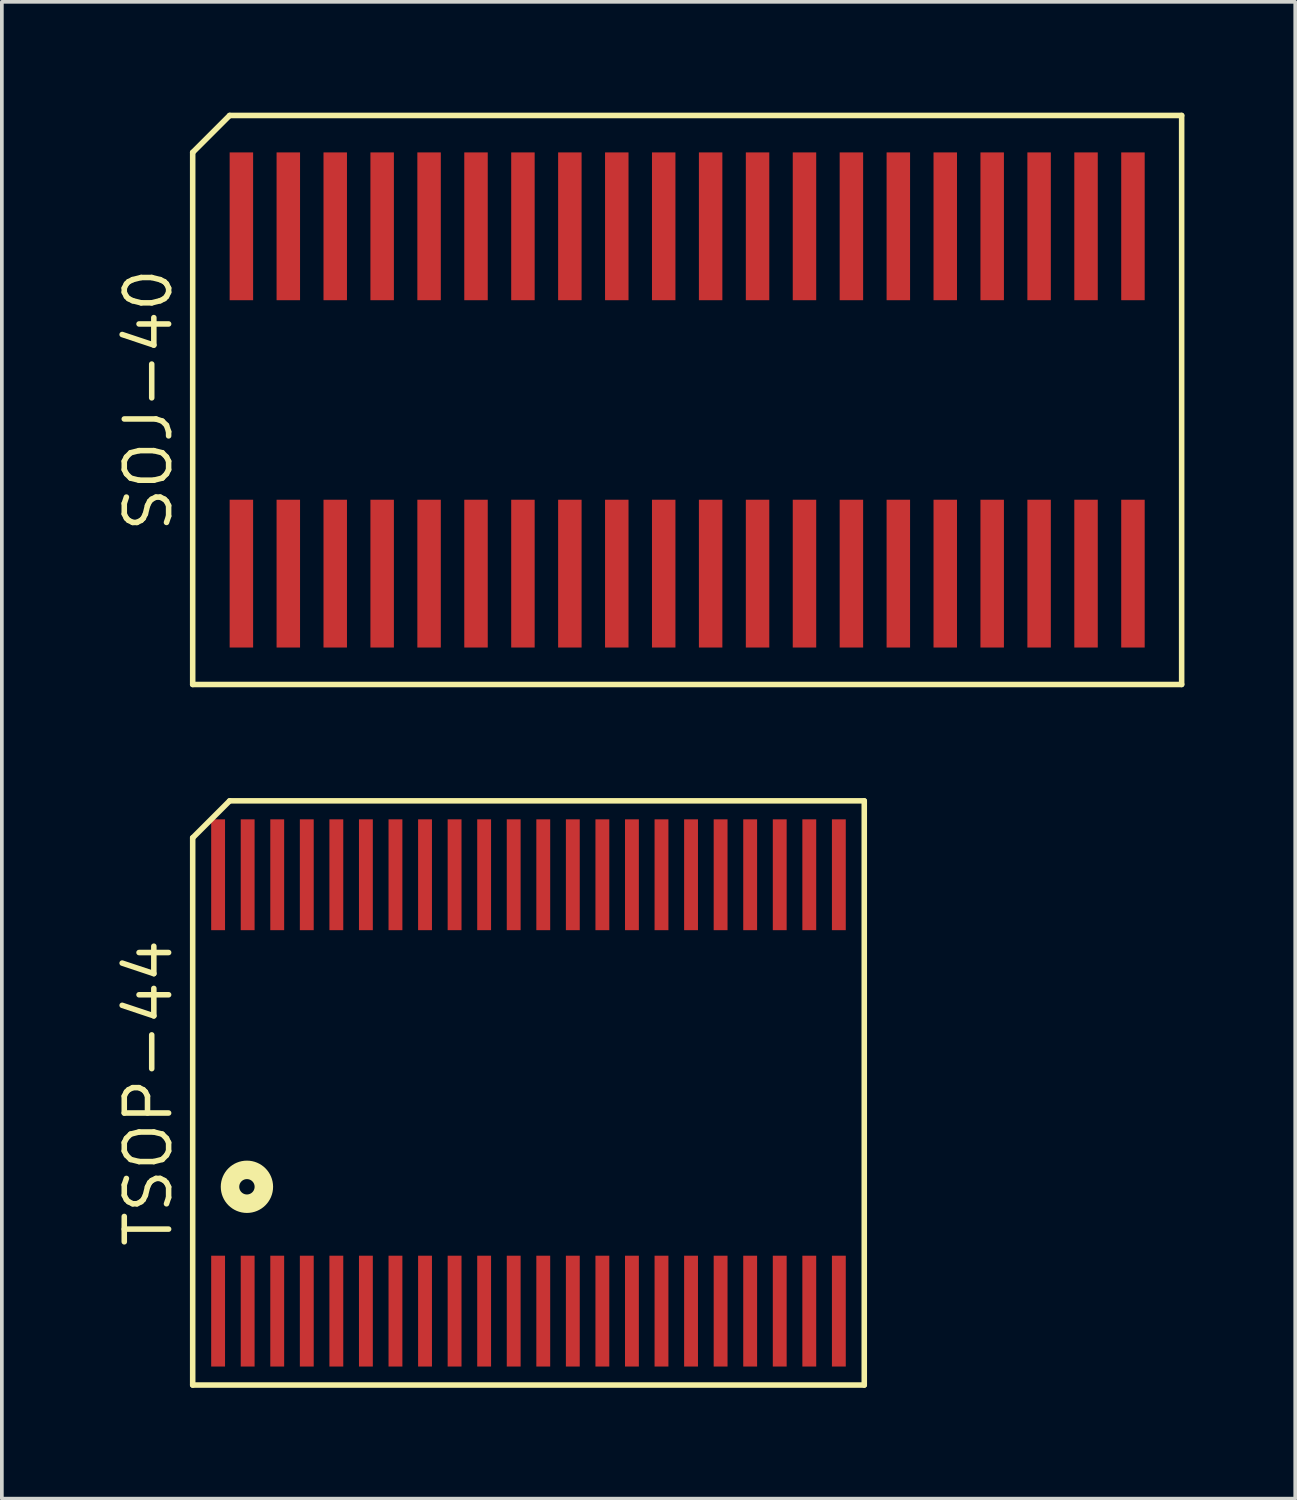
<source format=kicad_pcb>
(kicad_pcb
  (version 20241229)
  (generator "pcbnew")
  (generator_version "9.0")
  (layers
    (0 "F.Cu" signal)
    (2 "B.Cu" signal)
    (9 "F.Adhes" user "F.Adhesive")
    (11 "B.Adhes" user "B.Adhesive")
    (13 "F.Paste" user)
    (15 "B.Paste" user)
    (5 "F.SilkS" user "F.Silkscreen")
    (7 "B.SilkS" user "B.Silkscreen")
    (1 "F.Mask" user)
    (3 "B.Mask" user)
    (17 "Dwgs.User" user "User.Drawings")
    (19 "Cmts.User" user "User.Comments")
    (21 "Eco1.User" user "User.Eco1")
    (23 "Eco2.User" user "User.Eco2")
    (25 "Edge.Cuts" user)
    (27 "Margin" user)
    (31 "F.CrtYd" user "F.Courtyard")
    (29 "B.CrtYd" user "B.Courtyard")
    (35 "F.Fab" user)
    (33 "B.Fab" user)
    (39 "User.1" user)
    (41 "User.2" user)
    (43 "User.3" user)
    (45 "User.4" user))
  (footprint "TSOP-44"
    (layer "F.Cu")
    (at 11.253 26.53)
    (property "Reference" "TSOP-44" (at -10.287 0 90) (layer "F.SilkS") (effects (font (size 1.2 1.2) (thickness 0.15))))
    (attr through_hole)
    (fp_line (start -9.088 -6.905) (end -9.088 7.905) (stroke (width 0.15) (type solid)) (layer "F.SilkS"))
    (fp_line (start -9.088 7.905) (end 9.088 7.905) (stroke (width 0.15) (type solid)) (layer "F.SilkS"))
    (fp_line (start -8.088 -7.905) (end -9.088 -6.905) (stroke (width 0.15) (type solid)) (layer "F.SilkS"))
    (fp_line (start 9.088 -7.905) (end -8.088 -7.905) (stroke (width 0.15) (type solid)) (layer "F.SilkS"))
    (fp_line (start 9.088 7.905) (end 9.088 -7.905) (stroke (width 0.15) (type solid)) (layer "F.SilkS"))
    (fp_circle (center -7.62 2.54) (end -7.239 2.286) (stroke (width 0.5) (type solid)) (fill no) (layer "F.SilkS"))
    (pad "1" smd rect (at -8.4 5.905) (size 0.375 3) (layers "F.Cu" "F.Mask" "F.Paste"))
    (pad "2" smd rect (at -7.6 5.905) (size 0.375 3) (layers "F.Cu" "F.Mask" "F.Paste"))
    (pad "3" smd rect (at -6.8 5.905) (size 0.375 3) (layers "F.Cu" "F.Mask" "F.Paste"))
    (pad "4" smd rect (at -6 5.905) (size 0.375 3) (layers "F.Cu" "F.Mask" "F.Paste"))
    (pad "5" smd rect (at -5.2 5.905) (size 0.375 3) (layers "F.Cu" "F.Mask" "F.Paste"))
    (pad "6" smd rect (at -4.4 5.905) (size 0.375 3) (layers "F.Cu" "F.Mask" "F.Paste"))
    (pad "7" smd rect (at -3.6 5.905) (size 0.375 3) (layers "F.Cu" "F.Mask" "F.Paste"))
    (pad "8" smd rect (at -2.8 5.905) (size 0.375 3) (layers "F.Cu" "F.Mask" "F.Paste"))
    (pad "9" smd rect (at -2 5.905) (size 0.375 3) (layers "F.Cu" "F.Mask" "F.Paste"))
    (pad "10" smd rect (at -1.2 5.905) (size 0.375 3) (layers "F.Cu" "F.Mask" "F.Paste"))
    (pad "11" smd rect (at -0.4 5.905) (size 0.375 3) (layers "F.Cu" "F.Mask" "F.Paste"))
    (pad "12" smd rect (at 0.4 5.905) (size 0.375 3) (layers "F.Cu" "F.Mask" "F.Paste"))
    (pad "13" smd rect (at 1.2 5.905) (size 0.375 3) (layers "F.Cu" "F.Mask" "F.Paste"))
    (pad "14" smd rect (at 2 5.905) (size 0.375 3) (layers "F.Cu" "F.Mask" "F.Paste"))
    (pad "15" smd rect (at 2.8 5.905) (size 0.375 3) (layers "F.Cu" "F.Mask" "F.Paste"))
    (pad "16" smd rect (at 3.6 5.905) (size 0.375 3) (layers "F.Cu" "F.Mask" "F.Paste"))
    (pad "17" smd rect (at 4.4 5.905) (size 0.375 3) (layers "F.Cu" "F.Mask" "F.Paste"))
    (pad "18" smd rect (at 5.2 5.905) (size 0.375 3) (layers "F.Cu" "F.Mask" "F.Paste"))
    (pad "19" smd rect (at 6 5.905) (size 0.375 3) (layers "F.Cu" "F.Mask" "F.Paste"))
    (pad "20" smd rect (at 6.8 5.905) (size 0.375 3) (layers "F.Cu" "F.Mask" "F.Paste"))
    (pad "21" smd rect (at 7.6 5.905) (size 0.375 3) (layers "F.Cu" "F.Mask" "F.Paste"))
    (pad "22" smd rect (at 8.4 5.905) (size 0.375 3) (layers "F.Cu" "F.Mask" "F.Paste"))
    (pad "23" smd rect (at 8.4 -5.905) (size 0.375 3) (layers "F.Cu" "F.Mask" "F.Paste"))
    (pad "24" smd rect (at 7.6 -5.905) (size 0.375 3) (layers "F.Cu" "F.Mask" "F.Paste"))
    (pad "25" smd rect (at 6.8 -5.905) (size 0.375 3) (layers "F.Cu" "F.Mask" "F.Paste"))
    (pad "26" smd rect (at 6 -5.905) (size 0.375 3) (layers "F.Cu" "F.Mask" "F.Paste"))
    (pad "27" smd rect (at 5.2 -5.905) (size 0.375 3) (layers "F.Cu" "F.Mask" "F.Paste"))
    (pad "28" smd rect (at 4.4 -5.905) (size 0.375 3) (layers "F.Cu" "F.Mask" "F.Paste"))
    (pad "29" smd rect (at 3.6 -5.905) (size 0.375 3) (layers "F.Cu" "F.Mask" "F.Paste"))
    (pad "30" smd rect (at 2.8 -5.905) (size 0.375 3) (layers "F.Cu" "F.Mask" "F.Paste"))
    (pad "31" smd rect (at 2 -5.905) (size 0.375 3) (layers "F.Cu" "F.Mask" "F.Paste"))
    (pad "32" smd rect (at 1.2 -5.905) (size 0.375 3) (layers "F.Cu" "F.Mask" "F.Paste"))
    (pad "33" smd rect (at 0.4 -5.905) (size 0.375 3) (layers "F.Cu" "F.Mask" "F.Paste"))
    (pad "34" smd rect (at -0.4 -5.905) (size 0.375 3) (layers "F.Cu" "F.Mask" "F.Paste"))
    (pad "35" smd rect (at -1.2 -5.905) (size 0.375 3) (layers "F.Cu" "F.Mask" "F.Paste"))
    (pad "36" smd rect (at -2 -5.905) (size 0.375 3) (layers "F.Cu" "F.Mask" "F.Paste"))
    (pad "37" smd rect (at -2.8 -5.905) (size 0.375 3) (layers "F.Cu" "F.Mask" "F.Paste"))
    (pad "38" smd rect (at -3.6 -5.905) (size 0.375 3) (layers "F.Cu" "F.Mask" "F.Paste"))
    (pad "39" smd rect (at -4.4 -5.905) (size 0.375 3) (layers "F.Cu" "F.Mask" "F.Paste"))
    (pad "40" smd rect (at -5.2 -5.905) (size 0.375 3) (layers "F.Cu" "F.Mask" "F.Paste"))
    (pad "41" smd rect (at -6 -5.905) (size 0.375 3) (layers "F.Cu" "F.Mask" "F.Paste"))
    (pad "42" smd rect (at -6.8 -5.905) (size 0.375 3) (layers "F.Cu" "F.Mask" "F.Paste"))
    (pad "43" smd rect (at -7.6 -5.905) (size 0.375 3) (layers "F.Cu" "F.Mask" "F.Paste"))
    (pad "44" smd rect (at -8.4 -5.905) (size 0.375 3) (layers "F.Cu" "F.Mask" "F.Paste")))
  (footprint "SOJ-40"
    (layer "F.Cu")
    (at 15.548 7.775)
    (property "Reference" "SOJ-40" (at -14.582 0 90) (layer "F.SilkS") (effects (font (size 1.2 1.2) (thickness 0.15))))
    (attr through_hole)
    (fp_line (start -13.383 -6.7) (end -13.383 7.7) (stroke (width 0.15) (type solid)) (layer "F.SilkS"))
    (fp_line (start -13.383 7.7) (end 13.383 7.7) (stroke (width 0.15) (type solid)) (layer "F.SilkS"))
    (fp_line (start -12.383 -7.7) (end -13.383 -6.7) (stroke (width 0.15) (type solid)) (layer "F.SilkS"))
    (fp_line (start 13.383 -7.7) (end -12.383 -7.7) (stroke (width 0.15) (type solid)) (layer "F.SilkS"))
    (fp_line (start 13.383 7.7) (end 13.383 -7.7) (stroke (width 0.15) (type solid)) (layer "F.SilkS"))
    (pad "1" smd rect (at -12.065 4.7) (size 0.635 4) (layers "F.Cu" "F.Mask" "F.Paste"))
    (pad "2" smd rect (at -10.795 4.7) (size 0.635 4) (layers "F.Cu" "F.Mask" "F.Paste"))
    (pad "3" smd rect (at -9.525 4.7) (size 0.635 4) (layers "F.Cu" "F.Mask" "F.Paste"))
    (pad "4" smd rect (at -8.255 4.7) (size 0.635 4) (layers "F.Cu" "F.Mask" "F.Paste"))
    (pad "5" smd rect (at -6.985 4.7) (size 0.635 4) (layers "F.Cu" "F.Mask" "F.Paste"))
    (pad "6" smd rect (at -5.715 4.7) (size 0.635 4) (layers "F.Cu" "F.Mask" "F.Paste"))
    (pad "7" smd rect (at -4.445 4.7) (size 0.635 4) (layers "F.Cu" "F.Mask" "F.Paste"))
    (pad "8" smd rect (at -3.175 4.7) (size 0.635 4) (layers "F.Cu" "F.Mask" "F.Paste"))
    (pad "9" smd rect (at -1.905 4.7) (size 0.635 4) (layers "F.Cu" "F.Mask" "F.Paste"))
    (pad "10" smd rect (at -0.635 4.7) (size 0.635 4) (layers "F.Cu" "F.Mask" "F.Paste"))
    (pad "11" smd rect (at 0.635 4.7) (size 0.635 4) (layers "F.Cu" "F.Mask" "F.Paste"))
    (pad "12" smd rect (at 1.905 4.7) (size 0.635 4) (layers "F.Cu" "F.Mask" "F.Paste"))
    (pad "13" smd rect (at 3.175 4.7) (size 0.635 4) (layers "F.Cu" "F.Mask" "F.Paste"))
    (pad "14" smd rect (at 4.445 4.7) (size 0.635 4) (layers "F.Cu" "F.Mask" "F.Paste"))
    (pad "15" smd rect (at 5.715 4.7) (size 0.635 4) (layers "F.Cu" "F.Mask" "F.Paste"))
    (pad "16" smd rect (at 6.985 4.7) (size 0.635 4) (layers "F.Cu" "F.Mask" "F.Paste"))
    (pad "17" smd rect (at 8.255 4.7) (size 0.635 4) (layers "F.Cu" "F.Mask" "F.Paste"))
    (pad "18" smd rect (at 9.525 4.7) (size 0.635 4) (layers "F.Cu" "F.Mask" "F.Paste"))
    (pad "19" smd rect (at 10.795 4.7) (size 0.635 4) (layers "F.Cu" "F.Mask" "F.Paste"))
    (pad "20" smd rect (at 12.065 4.7) (size 0.635 4) (layers "F.Cu" "F.Mask" "F.Paste"))
    (pad "21" smd rect (at 12.065 -4.7) (size 0.635 4) (layers "F.Cu" "F.Mask" "F.Paste"))
    (pad "22" smd rect (at 10.795 -4.7) (size 0.635 4) (layers "F.Cu" "F.Mask" "F.Paste"))
    (pad "23" smd rect (at 9.525 -4.7) (size 0.635 4) (layers "F.Cu" "F.Mask" "F.Paste"))
    (pad "24" smd rect (at 8.255 -4.7) (size 0.635 4) (layers "F.Cu" "F.Mask" "F.Paste"))
    (pad "25" smd rect (at 6.985 -4.7) (size 0.635 4) (layers "F.Cu" "F.Mask" "F.Paste"))
    (pad "26" smd rect (at 5.715 -4.7) (size 0.635 4) (layers "F.Cu" "F.Mask" "F.Paste"))
    (pad "27" smd rect (at 4.445 -4.7) (size 0.635 4) (layers "F.Cu" "F.Mask" "F.Paste"))
    (pad "28" smd rect (at 3.175 -4.7) (size 0.635 4) (layers "F.Cu" "F.Mask" "F.Paste"))
    (pad "29" smd rect (at 1.905 -4.7) (size 0.635 4) (layers "F.Cu" "F.Mask" "F.Paste"))
    (pad "30" smd rect (at 0.635 -4.7) (size 0.635 4) (layers "F.Cu" "F.Mask" "F.Paste"))
    (pad "31" smd rect (at -0.635 -4.7) (size 0.635 4) (layers "F.Cu" "F.Mask" "F.Paste"))
    (pad "32" smd rect (at -1.905 -4.7) (size 0.635 4) (layers "F.Cu" "F.Mask" "F.Paste"))
    (pad "33" smd rect (at -3.175 -4.7) (size 0.635 4) (layers "F.Cu" "F.Mask" "F.Paste"))
    (pad "34" smd rect (at -4.445 -4.7) (size 0.635 4) (layers "F.Cu" "F.Mask" "F.Paste"))
    (pad "35" smd rect (at -5.715 -4.7) (size 0.635 4) (layers "F.Cu" "F.Mask" "F.Paste"))
    (pad "36" smd rect (at -6.985 -4.7) (size 0.635 4) (layers "F.Cu" "F.Mask" "F.Paste"))
    (pad "37" smd rect (at -8.255 -4.7) (size 0.635 4) (layers "F.Cu" "F.Mask" "F.Paste"))
    (pad "38" smd rect (at -9.525 -4.7) (size 0.635 4) (layers "F.Cu" "F.Mask" "F.Paste"))
    (pad "39" smd rect (at -10.795 -4.7) (size 0.635 4) (layers "F.Cu" "F.Mask" "F.Paste"))
    (pad "40" smd rect (at -12.065 -4.7) (size 0.635 4) (layers "F.Cu" "F.Mask" "F.Paste")))
  (gr_rect
    (start -3 -3)
    (end 32.005 37.51)
    (stroke (width 0.1) (type default))
    (fill no)
    (layer "Edge.Cuts")))
</source>
